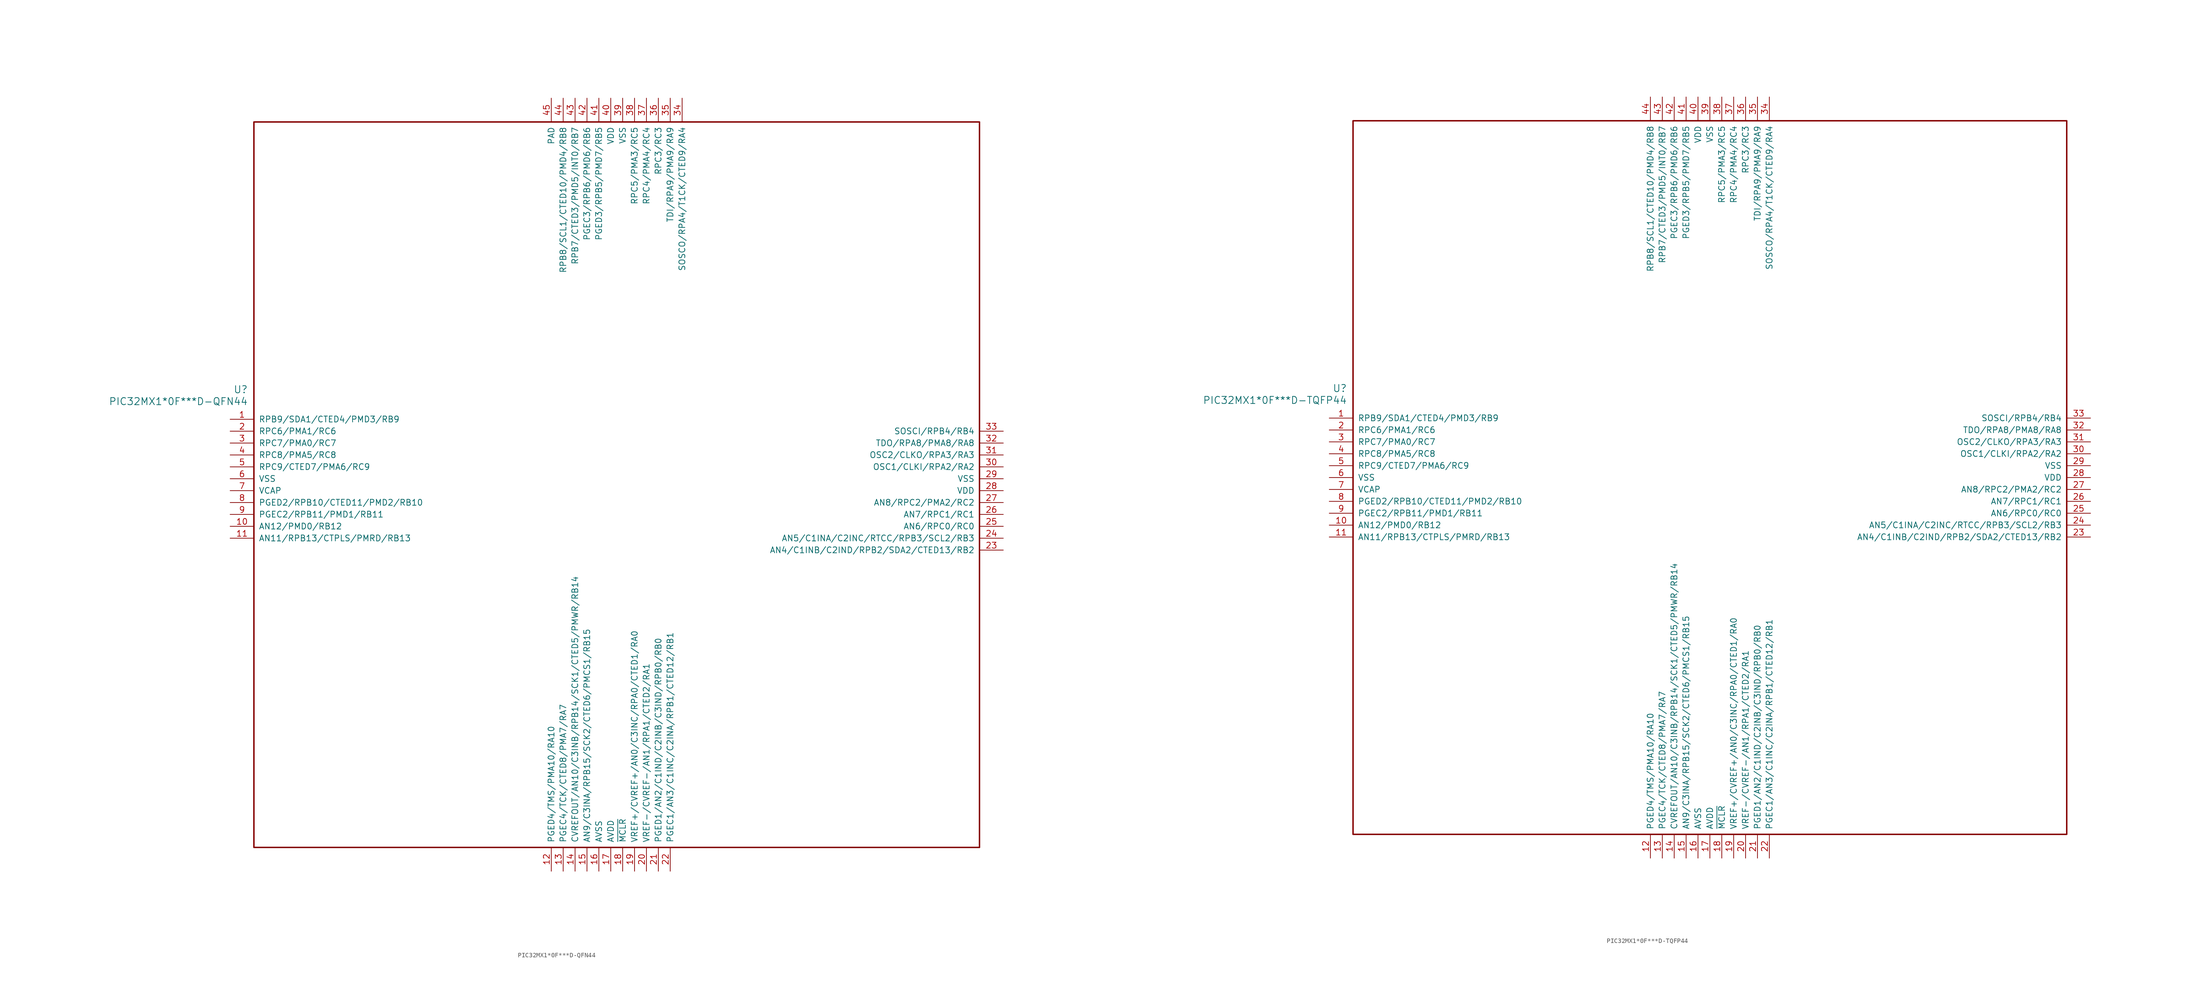
<source format=kicad_sym>
(kicad_symbol_lib
  (version 20241209)
  (generator "kicad_symbol_editor")
  (generator_version "9.0")
  (symbol "PIC32MX1*0F***D-QFN44"
    (pin_names
      (offset 1.016))
    (property "Reference" "U"
      (at 3.81 6.35 0)
      (effects (font (size 1.524 1.524)) (justify right)))
    (property "Value" "PIC32MX1*0F***D-QFN44"
      (at 3.81 3.81 0)
      (effects (font (size 1.524 1.524)) (justify right)))
    (property "ki_locked" ""
      (at 0 0 0)
      (effects (font (size 1.27 1.27))))
    (symbol "PIC32MX1*0F***D-QFN44_1_1"
      (rectangle (start 5.08 63.5) (end 160.02 -91.44) (stroke (width 0.305) (type solid)) (fill (type none)))
      (pin bidirectional line (at 0 0 0) (length 5.08) (name "RPB9/SDA1/CTED4/PMD3/RB9" (effects (font (size 1.27 1.27)))) (number "1" (effects (font (size 1.27 1.27)))))
      (pin bidirectional line (at 0 -2.54 0) (length 5.08) (name "RPC6/PMA1/RC6" (effects (font (size 1.27 1.27)))) (number "2" (effects (font (size 1.27 1.27)))))
      (pin bidirectional line (at 0 -5.08 0) (length 5.08) (name "RPC7/PMA0/RC7" (effects (font (size 1.27 1.27)))) (number "3" (effects (font (size 1.27 1.27)))))
      (pin bidirectional line (at 0 -7.62 0) (length 5.08) (name "RPC8/PMA5/RC8" (effects (font (size 1.27 1.27)))) (number "4" (effects (font (size 1.27 1.27)))))
      (pin bidirectional line (at 0 -10.16 0) (length 5.08) (name "RPC9/CTED7/PMA6/RC9" (effects (font (size 1.27 1.27)))) (number "5" (effects (font (size 1.27 1.27)))))
      (pin power_in line (at 0 -12.7 0) (length 5.08) (name "VSS" (effects (font (size 1.27 1.27)))) (number "6" (effects (font (size 1.27 1.27)))))
      (pin power_in line (at 0 -15.24 0) (length 5.08) (name "VCAP" (effects (font (size 1.27 1.27)))) (number "7" (effects (font (size 1.27 1.27)))))
      (pin bidirectional line (at 0 -17.78 0) (length 5.08) (name "PGED2/RPB10/CTED11/PMD2/RB10" (effects (font (size 1.27 1.27)))) (number "8" (effects (font (size 1.27 1.27)))))
      (pin bidirectional line (at 0 -20.32 0) (length 5.08) (name "PGEC2/RPB11/PMD1/RB11" (effects (font (size 1.27 1.27)))) (number "9" (effects (font (size 1.27 1.27)))))
      (pin bidirectional line (at 0 -22.86 0) (length 5.08) (name "AN12/PMD0/RB12" (effects (font (size 1.27 1.27)))) (number "10" (effects (font (size 1.27 1.27)))))
      (pin bidirectional line (at 0 -25.4 0) (length 5.08) (name "AN11/RPB13/CTPLS/PMRD/RB13" (effects (font (size 1.27 1.27)))) (number "11" (effects (font (size 1.27 1.27)))))
      (pin power_in line (at 68.58 68.58 270) (length 5.08) (name "PAD" (effects (font (size 1.27 1.27)))) (number "45" (effects (font (size 1.27 1.27)))))
      (pin bidirectional line (at 68.58 -96.52 90) (length 5.08) (name "PGED4/TMS/PMA10/RA10" (effects (font (size 1.27 1.27)))) (number "12" (effects (font (size 1.27 1.27)))))
      (pin bidirectional line (at 71.12 68.58 270) (length 5.08) (name "RPB8/SCL1/CTED10/PMD4/RB8" (effects (font (size 1.27 1.27)))) (number "44" (effects (font (size 1.27 1.27)))))
      (pin bidirectional line (at 71.12 -96.52 90) (length 5.08) (name "PGEC4/TCK/CTED8/PMA7/RA7" (effects (font (size 1.27 1.27)))) (number "13" (effects (font (size 1.27 1.27)))))
      (pin bidirectional line (at 73.66 68.58 270) (length 5.08) (name "RPB7/CTED3/PMD5/INT0/RB7" (effects (font (size 1.27 1.27)))) (number "43" (effects (font (size 1.27 1.27)))))
      (pin bidirectional line (at 73.66 -96.52 90) (length 5.08) (name "CVREFOUT/AN10/C3INB/RPB14/SCK1/CTED5/PMWR/RB14" (effects (font (size 1.27 1.27)))) (number "14" (effects (font (size 1.27 1.27)))))
      (pin bidirectional line (at 76.2 68.58 270) (length 5.08) (name "PGEC3/RPB6/PMD6/RB6" (effects (font (size 1.27 1.27)))) (number "42" (effects (font (size 1.27 1.27)))))
      (pin bidirectional line (at 76.2 -96.52 90) (length 5.08) (name "AN9/C3INA/RPB15/SCK2/CTED6/PMCS1/RB15" (effects (font (size 1.27 1.27)))) (number "15" (effects (font (size 1.27 1.27)))))
      (pin bidirectional line (at 78.74 68.58 270) (length 5.08) (name "PGED3/RPB5/PMD7/RB5" (effects (font (size 1.27 1.27)))) (number "41" (effects (font (size 1.27 1.27)))))
      (pin power_in line (at 78.74 -96.52 90) (length 5.08) (name "AVSS" (effects (font (size 1.27 1.27)))) (number "16" (effects (font (size 1.27 1.27)))))
      (pin power_in line (at 81.28 68.58 270) (length 5.08) (name "VDD" (effects (font (size 1.27 1.27)))) (number "40" (effects (font (size 1.27 1.27)))))
      (pin power_in line (at 81.28 -96.52 90) (length 5.08) (name "AVDD" (effects (font (size 1.27 1.27)))) (number "17" (effects (font (size 1.27 1.27)))))
      (pin power_in line (at 83.82 68.58 270) (length 5.08) (name "VSS" (effects (font (size 1.27 1.27)))) (number "39" (effects (font (size 1.27 1.27)))))
      (pin input line (at 83.82 -96.52 90) (length 5.08) (name "~{MCLR}" (effects (font (size 1.27 1.27)))) (number "18" (effects (font (size 1.27 1.27)))))
      (pin bidirectional line (at 86.36 68.58 270) (length 5.08) (name "RPC5/PMA3/RC5" (effects (font (size 1.27 1.27)))) (number "38" (effects (font (size 1.27 1.27)))))
      (pin bidirectional line (at 86.36 -96.52 90) (length 5.08) (name "VREF+/CVREF+/AN0/C3INC/RPA0/CTED1/RA0" (effects (font (size 1.27 1.27)))) (number "19" (effects (font (size 1.27 1.27)))))
      (pin bidirectional line (at 88.9 68.58 270) (length 5.08) (name "RPC4/PMA4/RC4" (effects (font (size 1.27 1.27)))) (number "37" (effects (font (size 1.27 1.27)))))
      (pin bidirectional line (at 88.9 -96.52 90) (length 5.08) (name "VREF-/CVREF-/AN1/RPA1/CTED2/RA1" (effects (font (size 1.27 1.27)))) (number "20" (effects (font (size 1.27 1.27)))))
      (pin bidirectional line (at 91.44 68.58 270) (length 5.08) (name "RPC3/RC3" (effects (font (size 1.27 1.27)))) (number "36" (effects (font (size 1.27 1.27)))))
      (pin bidirectional line (at 91.44 -96.52 90) (length 5.08) (name "PGED1/AN2/C1IND/C2INB/C3IND/RPB0/RB0" (effects (font (size 1.27 1.27)))) (number "21" (effects (font (size 1.27 1.27)))))
      (pin bidirectional line (at 93.98 68.58 270) (length 5.08) (name "TDI/RPA9/PMA9/RA9" (effects (font (size 1.27 1.27)))) (number "35" (effects (font (size 1.27 1.27)))))
      (pin bidirectional line (at 93.98 -96.52 90) (length 5.08) (name "PGEC1/AN3/C1INC/C2INA/RPB1/CTED12/RB1" (effects (font (size 1.27 1.27)))) (number "22" (effects (font (size 1.27 1.27)))))
      (pin bidirectional line (at 96.52 68.58 270) (length 5.08) (name "SOSCO/RPA4/T1CK/CTED9/RA4" (effects (font (size 1.27 1.27)))) (number "34" (effects (font (size 1.27 1.27)))))
      (pin bidirectional line (at 165.1 -2.54 180) (length 5.08) (name "SOSCI/RPB4/RB4" (effects (font (size 1.27 1.27)))) (number "33" (effects (font (size 1.27 1.27)))))
      (pin bidirectional line (at 165.1 -5.08 180) (length 5.08) (name "TDO/RPA8/PMA8/RA8" (effects (font (size 1.27 1.27)))) (number "32" (effects (font (size 1.27 1.27)))))
      (pin bidirectional line (at 165.1 -7.62 180) (length 5.08) (name "OSC2/CLKO/RPA3/RA3" (effects (font (size 1.27 1.27)))) (number "31" (effects (font (size 1.27 1.27)))))
      (pin bidirectional line (at 165.1 -10.16 180) (length 5.08) (name "OSC1/CLKI/RPA2/RA2" (effects (font (size 1.27 1.27)))) (number "30" (effects (font (size 1.27 1.27)))))
      (pin power_in line (at 165.1 -12.7 180) (length 5.08) (name "VSS" (effects (font (size 1.27 1.27)))) (number "29" (effects (font (size 1.27 1.27)))))
      (pin power_in line (at 165.1 -15.24 180) (length 5.08) (name "VDD" (effects (font (size 1.27 1.27)))) (number "28" (effects (font (size 1.27 1.27)))))
      (pin bidirectional line (at 165.1 -17.78 180) (length 5.08) (name "AN8/RPC2/PMA2/RC2" (effects (font (size 1.27 1.27)))) (number "27" (effects (font (size 1.27 1.27)))))
      (pin bidirectional line (at 165.1 -20.32 180) (length 5.08) (name "AN7/RPC1/RC1" (effects (font (size 1.27 1.27)))) (number "26" (effects (font (size 1.27 1.27)))))
      (pin bidirectional line (at 165.1 -22.86 180) (length 5.08) (name "AN6/RPC0/RC0" (effects (font (size 1.27 1.27)))) (number "25" (effects (font (size 1.27 1.27)))))
      (pin bidirectional line (at 165.1 -25.4 180) (length 5.08) (name "AN5/C1INA/C2INC/RTCC/RPB3/SCL2/RB3" (effects (font (size 1.27 1.27)))) (number "24" (effects (font (size 1.27 1.27)))))
      (pin bidirectional line (at 165.1 -27.94 180) (length 5.08) (name "AN4/C1INB/C2IND/RPB2/SDA2/CTED13/RB2" (effects (font (size 1.27 1.27)))) (number "23" (effects (font (size 1.27 1.27)))))))
  (symbol "PIC32MX1*0F***D-TQFP44"
    (pin_names
      (offset 1.016))
    (property "Reference" "U"
      (at 3.81 6.35 0)
      (effects (font (size 1.524 1.524)) (justify right)))
    (property "Value" "PIC32MX1*0F***D-TQFP44"
      (at 3.81 3.81 0)
      (effects (font (size 1.524 1.524)) (justify right)))
    (property "ki_locked" ""
      (at 0 0 0)
      (effects (font (size 1.27 1.27))))
    (symbol "PIC32MX1*0F***D-TQFP44_1_1"
      (rectangle (start 5.08 63.5) (end 157.48 -88.9) (stroke (width 0.305) (type solid)) (fill (type none)))
      (pin bidirectional line (at 0 0 0) (length 5.08) (name "RPB9/SDA1/CTED4/PMD3/RB9" (effects (font (size 1.27 1.27)))) (number "1" (effects (font (size 1.27 1.27)))))
      (pin bidirectional line (at 0 -2.54 0) (length 5.08) (name "RPC6/PMA1/RC6" (effects (font (size 1.27 1.27)))) (number "2" (effects (font (size 1.27 1.27)))))
      (pin bidirectional line (at 0 -5.08 0) (length 5.08) (name "RPC7/PMA0/RC7" (effects (font (size 1.27 1.27)))) (number "3" (effects (font (size 1.27 1.27)))))
      (pin bidirectional line (at 0 -7.62 0) (length 5.08) (name "RPC8/PMA5/RC8" (effects (font (size 1.27 1.27)))) (number "4" (effects (font (size 1.27 1.27)))))
      (pin bidirectional line (at 0 -10.16 0) (length 5.08) (name "RPC9/CTED7/PMA6/RC9" (effects (font (size 1.27 1.27)))) (number "5" (effects (font (size 1.27 1.27)))))
      (pin power_in line (at 0 -12.7 0) (length 5.08) (name "VSS" (effects (font (size 1.27 1.27)))) (number "6" (effects (font (size 1.27 1.27)))))
      (pin power_out line (at 0 -15.24 0) (length 5.08) (name "VCAP" (effects (font (size 1.27 1.27)))) (number "7" (effects (font (size 1.27 1.27)))))
      (pin bidirectional line (at 0 -17.78 0) (length 5.08) (name "PGED2/RPB10/CTED11/PMD2/RB10" (effects (font (size 1.27 1.27)))) (number "8" (effects (font (size 1.27 1.27)))))
      (pin bidirectional line (at 0 -20.32 0) (length 5.08) (name "PGEC2/RPB11/PMD1/RB11" (effects (font (size 1.27 1.27)))) (number "9" (effects (font (size 1.27 1.27)))))
      (pin bidirectional line (at 0 -22.86 0) (length 5.08) (name "AN12/PMD0/RB12" (effects (font (size 1.27 1.27)))) (number "10" (effects (font (size 1.27 1.27)))))
      (pin bidirectional line (at 0 -25.4 0) (length 5.08) (name "AN11/RPB13/CTPLS/PMRD/RB13" (effects (font (size 1.27 1.27)))) (number "11" (effects (font (size 1.27 1.27)))))
      (pin bidirectional line (at 68.58 68.58 270) (length 5.08) (name "RPB8/SCL1/CTED10/PMD4/RB8" (effects (font (size 1.27 1.27)))) (number "44" (effects (font (size 1.27 1.27)))))
      (pin bidirectional line (at 68.58 -93.98 90) (length 5.08) (name "PGED4/TMS/PMA10/RA10" (effects (font (size 1.27 1.27)))) (number "12" (effects (font (size 1.27 1.27)))))
      (pin bidirectional line (at 71.12 68.58 270) (length 5.08) (name "RPB7/CTED3/PMD5/INT0/RB7" (effects (font (size 1.27 1.27)))) (number "43" (effects (font (size 1.27 1.27)))))
      (pin bidirectional line (at 71.12 -93.98 90) (length 5.08) (name "PGEC4/TCK/CTED8/PMA7/RA7" (effects (font (size 1.27 1.27)))) (number "13" (effects (font (size 1.27 1.27)))))
      (pin bidirectional line (at 73.66 68.58 270) (length 5.08) (name "PGEC3/RPB6/PMD6/RB6" (effects (font (size 1.27 1.27)))) (number "42" (effects (font (size 1.27 1.27)))))
      (pin bidirectional line (at 73.66 -93.98 90) (length 5.08) (name "CVREFOUT/AN10/C3INB/RPB14/SCK1/CTED5/PMWR/RB14" (effects (font (size 1.27 1.27)))) (number "14" (effects (font (size 1.27 1.27)))))
      (pin bidirectional line (at 76.2 68.58 270) (length 5.08) (name "PGED3/RPB5/PMD7/RB5" (effects (font (size 1.27 1.27)))) (number "41" (effects (font (size 1.27 1.27)))))
      (pin bidirectional line (at 76.2 -93.98 90) (length 5.08) (name "AN9/C3INA/RPB15/SCK2/CTED6/PMCS1/RB15" (effects (font (size 1.27 1.27)))) (number "15" (effects (font (size 1.27 1.27)))))
      (pin power_in line (at 78.74 68.58 270) (length 5.08) (name "VDD" (effects (font (size 1.27 1.27)))) (number "40" (effects (font (size 1.27 1.27)))))
      (pin power_in line (at 78.74 -93.98 90) (length 5.08) (name "AVSS" (effects (font (size 1.27 1.27)))) (number "16" (effects (font (size 1.27 1.27)))))
      (pin power_in line (at 81.28 68.58 270) (length 5.08) (name "VSS" (effects (font (size 1.27 1.27)))) (number "39" (effects (font (size 1.27 1.27)))))
      (pin power_in line (at 81.28 -93.98 90) (length 5.08) (name "AVDD" (effects (font (size 1.27 1.27)))) (number "17" (effects (font (size 1.27 1.27)))))
      (pin bidirectional line (at 83.82 68.58 270) (length 5.08) (name "RPC5/PMA3/RC5" (effects (font (size 1.27 1.27)))) (number "38" (effects (font (size 1.27 1.27)))))
      (pin input line (at 83.82 -93.98 90) (length 5.08) (name "~{MCLR}" (effects (font (size 1.27 1.27)))) (number "18" (effects (font (size 1.27 1.27)))))
      (pin bidirectional line (at 86.36 68.58 270) (length 5.08) (name "RPC4/PMA4/RC4" (effects (font (size 1.27 1.27)))) (number "37" (effects (font (size 1.27 1.27)))))
      (pin bidirectional line (at 86.36 -93.98 90) (length 5.08) (name "VREF+/CVREF+/AN0/C3INC/RPA0/CTED1/RA0" (effects (font (size 1.27 1.27)))) (number "19" (effects (font (size 1.27 1.27)))))
      (pin bidirectional line (at 88.9 68.58 270) (length 5.08) (name "RPC3/RC3" (effects (font (size 1.27 1.27)))) (number "36" (effects (font (size 1.27 1.27)))))
      (pin bidirectional line (at 88.9 -93.98 90) (length 5.08) (name "VREF-/CVREF-/AN1/RPA1/CTED2/RA1" (effects (font (size 1.27 1.27)))) (number "20" (effects (font (size 1.27 1.27)))))
      (pin bidirectional line (at 91.44 68.58 270) (length 5.08) (name "TDI/RPA9/PMA9/RA9" (effects (font (size 1.27 1.27)))) (number "35" (effects (font (size 1.27 1.27)))))
      (pin bidirectional line (at 91.44 -93.98 90) (length 5.08) (name "PGED1/AN2/C1IND/C2INB/C3IND/RPB0/RB0" (effects (font (size 1.27 1.27)))) (number "21" (effects (font (size 1.27 1.27)))))
      (pin bidirectional line (at 93.98 68.58 270) (length 5.08) (name "SOSCO/RPA4/T1CK/CTED9/RA4" (effects (font (size 1.27 1.27)))) (number "34" (effects (font (size 1.27 1.27)))))
      (pin bidirectional line (at 93.98 -93.98 90) (length 5.08) (name "PGEC1/AN3/C1INC/C2INA/RPB1/CTED12/RB1" (effects (font (size 1.27 1.27)))) (number "22" (effects (font (size 1.27 1.27)))))
      (pin bidirectional line (at 162.56 0 180) (length 5.08) (name "SOSCI/RPB4/RB4" (effects (font (size 1.27 1.27)))) (number "33" (effects (font (size 1.27 1.27)))))
      (pin bidirectional line (at 162.56 -2.54 180) (length 5.08) (name "TDO/RPA8/PMA8/RA8" (effects (font (size 1.27 1.27)))) (number "32" (effects (font (size 1.27 1.27)))))
      (pin bidirectional line (at 162.56 -5.08 180) (length 5.08) (name "OSC2/CLKO/RPA3/RA3" (effects (font (size 1.27 1.27)))) (number "31" (effects (font (size 1.27 1.27)))))
      (pin bidirectional line (at 162.56 -7.62 180) (length 5.08) (name "OSC1/CLKI/RPA2/RA2" (effects (font (size 1.27 1.27)))) (number "30" (effects (font (size 1.27 1.27)))))
      (pin power_in line (at 162.56 -10.16 180) (length 5.08) (name "VSS" (effects (font (size 1.27 1.27)))) (number "29" (effects (font (size 1.27 1.27)))))
      (pin power_in line (at 162.56 -12.7 180) (length 5.08) (name "VDD" (effects (font (size 1.27 1.27)))) (number "28" (effects (font (size 1.27 1.27)))))
      (pin bidirectional line (at 162.56 -15.24 180) (length 5.08) (name "AN8/RPC2/PMA2/RC2" (effects (font (size 1.27 1.27)))) (number "27" (effects (font (size 1.27 1.27)))))
      (pin bidirectional line (at 162.56 -17.78 180) (length 5.08) (name "AN7/RPC1/RC1" (effects (font (size 1.27 1.27)))) (number "26" (effects (font (size 1.27 1.27)))))
      (pin bidirectional line (at 162.56 -20.32 180) (length 5.08) (name "AN6/RPC0/RC0" (effects (font (size 1.27 1.27)))) (number "25" (effects (font (size 1.27 1.27)))))
      (pin bidirectional line (at 162.56 -22.86 180) (length 5.08) (name "AN5/C1INA/C2INC/RTCC/RPB3/SCL2/RB3" (effects (font (size 1.27 1.27)))) (number "24" (effects (font (size 1.27 1.27)))))
      (pin bidirectional line (at 162.56 -25.4 180) (length 5.08) (name "AN4/C1INB/C2IND/RPB2/SDA2/CTED13/RB2" (effects (font (size 1.27 1.27)))) (number "23" (effects (font (size 1.27 1.27))))))))
</source>
